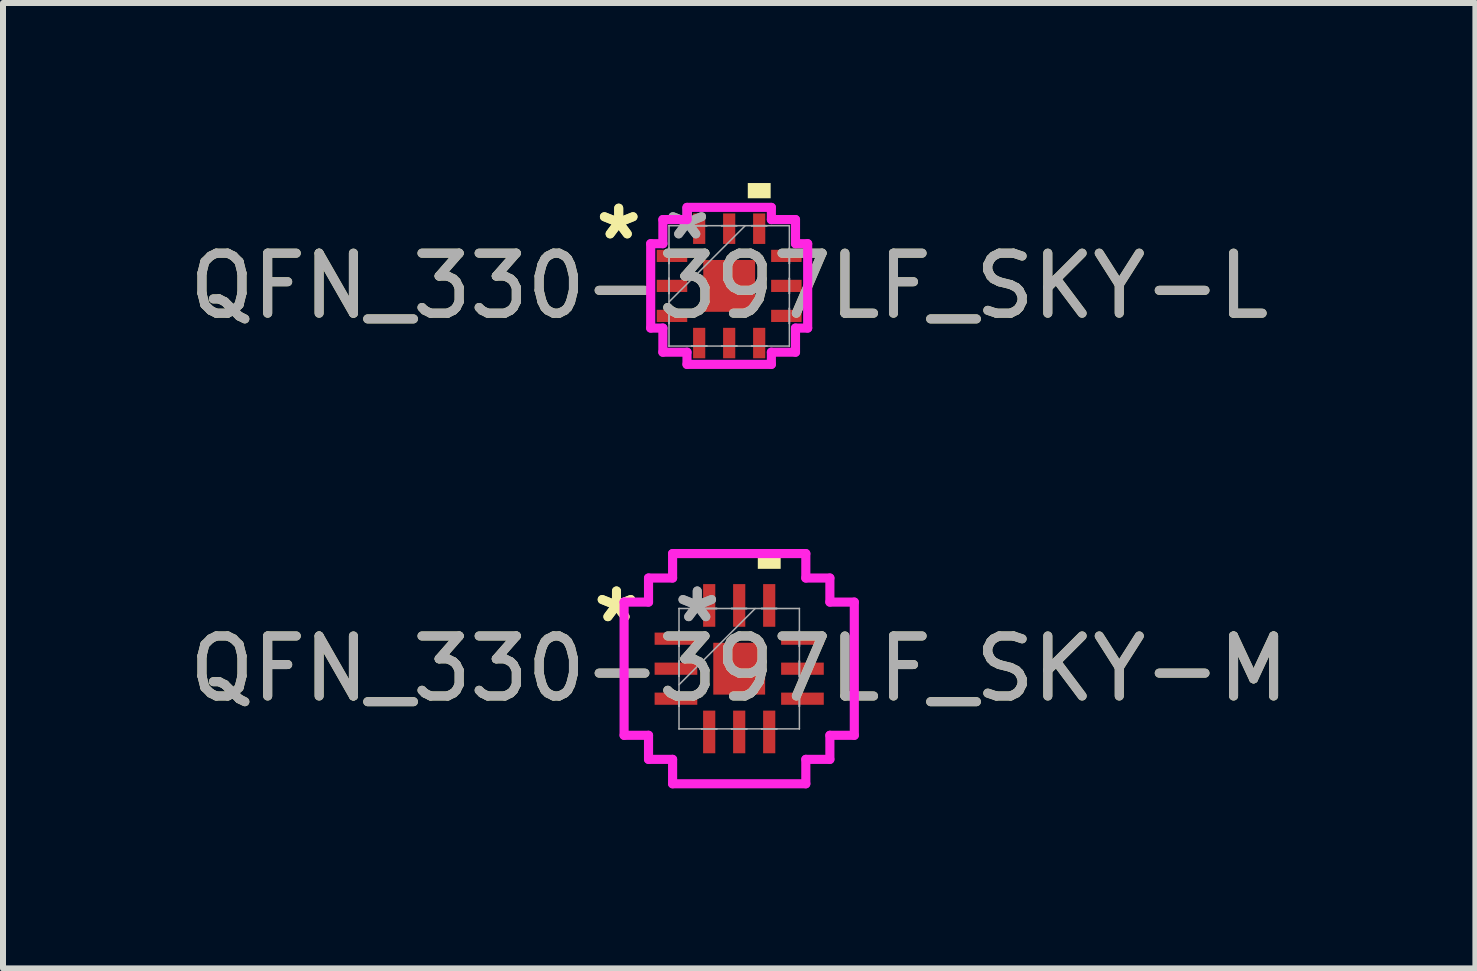
<source format=kicad_pcb>
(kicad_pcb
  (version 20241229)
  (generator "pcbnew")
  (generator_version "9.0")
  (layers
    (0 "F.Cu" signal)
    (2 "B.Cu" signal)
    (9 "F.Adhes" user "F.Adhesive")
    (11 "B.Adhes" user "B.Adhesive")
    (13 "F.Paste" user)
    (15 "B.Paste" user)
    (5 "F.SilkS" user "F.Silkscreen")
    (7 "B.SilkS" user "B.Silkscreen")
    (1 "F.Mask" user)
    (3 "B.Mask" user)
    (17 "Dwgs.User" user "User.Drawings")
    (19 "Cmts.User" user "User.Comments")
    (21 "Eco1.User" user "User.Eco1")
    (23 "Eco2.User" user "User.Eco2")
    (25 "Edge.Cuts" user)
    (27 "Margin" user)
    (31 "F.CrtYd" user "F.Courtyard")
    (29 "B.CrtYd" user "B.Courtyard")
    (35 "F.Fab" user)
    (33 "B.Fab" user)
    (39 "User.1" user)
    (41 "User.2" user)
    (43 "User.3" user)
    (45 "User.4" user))
  (footprint "QFN_330-397LF_SKY-L"
    (layer "F.Cu")
    (at 9.101 1.714)
    (property "Reference" "QFN_330-397LF_SKY-L" (at 0 0 0) (unlocked yes) (layer "F.SilkS") (effects (font (size 1 1) (thickness 0.15))))
    (attr smd)
    (fp_poly (pts (xy 0.31 -1.46) (xy 0.31 -1.714) (xy 0.691 -1.714) (xy 0.691 -1.46)) (stroke (width 0) (type solid)) (fill yes) (layer "F.SilkS"))
    (fp_line (start -1.308 -0.703) (end -1.105 -0.703) (stroke (width 0.152) (type solid)) (layer "F.CrtYd"))
    (fp_line (start -1.308 0.703) (end -1.308 -0.703) (stroke (width 0.152) (type solid)) (layer "F.CrtYd"))
    (fp_line (start -1.105 -1.105) (end -0.703 -1.105) (stroke (width 0.152) (type solid)) (layer "F.CrtYd"))
    (fp_line (start -1.105 -0.703) (end -1.105 -1.105) (stroke (width 0.152) (type solid)) (layer "F.CrtYd"))
    (fp_line (start -1.105 0.703) (end -1.308 0.703) (stroke (width 0.152) (type solid)) (layer "F.CrtYd"))
    (fp_line (start -1.105 1.105) (end -1.105 0.703) (stroke (width 0.152) (type solid)) (layer "F.CrtYd"))
    (fp_line (start -0.703 -1.308) (end 0.703 -1.308) (stroke (width 0.152) (type solid)) (layer "F.CrtYd"))
    (fp_line (start -0.703 -1.105) (end -0.703 -1.308) (stroke (width 0.152) (type solid)) (layer "F.CrtYd"))
    (fp_line (start -0.703 1.105) (end -1.105 1.105) (stroke (width 0.152) (type solid)) (layer "F.CrtYd"))
    (fp_line (start -0.703 1.308) (end -0.703 1.105) (stroke (width 0.152) (type solid)) (layer "F.CrtYd"))
    (fp_line (start 0.703 -1.308) (end 0.703 -1.105) (stroke (width 0.152) (type solid)) (layer "F.CrtYd"))
    (fp_line (start 0.703 -1.105) (end 1.105 -1.105) (stroke (width 0.152) (type solid)) (layer "F.CrtYd"))
    (fp_line (start 0.703 1.105) (end 0.703 1.308) (stroke (width 0.152) (type solid)) (layer "F.CrtYd"))
    (fp_line (start 0.703 1.308) (end -0.703 1.308) (stroke (width 0.152) (type solid)) (layer "F.CrtYd"))
    (fp_line (start 1.105 -1.105) (end 1.105 -0.703) (stroke (width 0.152) (type solid)) (layer "F.CrtYd"))
    (fp_line (start 1.105 -0.703) (end 1.308 -0.703) (stroke (width 0.152) (type solid)) (layer "F.CrtYd"))
    (fp_line (start 1.105 0.703) (end 1.105 1.105) (stroke (width 0.152) (type solid)) (layer "F.CrtYd"))
    (fp_line (start 1.105 1.105) (end 0.703 1.105) (stroke (width 0.152) (type solid)) (layer "F.CrtYd"))
    (fp_line (start 1.308 -0.703) (end 1.308 0.703) (stroke (width 0.152) (type solid)) (layer "F.CrtYd"))
    (fp_line (start 1.308 0.703) (end 1.105 0.703) (stroke (width 0.152) (type solid)) (layer "F.CrtYd"))
    (fp_line (start -1.003 -1.003) (end -1.003 -1.003) (stroke (width 0.025) (type solid)) (layer "F.Fab"))
    (fp_line (start -1.003 -1.003) (end -1.003 1.003) (stroke (width 0.025) (type solid)) (layer "F.Fab"))
    (fp_line (start -1.003 -0.627) (end -1.003 -0.627) (stroke (width 0.025) (type solid)) (layer "F.Fab"))
    (fp_line (start -1.003 -0.627) (end -1.003 -0.373) (stroke (width 0.025) (type solid)) (layer "F.Fab"))
    (fp_line (start -1.003 -0.373) (end -1.003 -0.627) (stroke (width 0.025) (type solid)) (layer "F.Fab"))
    (fp_line (start -1.003 -0.373) (end -1.003 -0.373) (stroke (width 0.025) (type solid)) (layer "F.Fab"))
    (fp_line (start -1.003 -0.127) (end -1.003 -0.127) (stroke (width 0.025) (type solid)) (layer "F.Fab"))
    (fp_line (start -1.003 -0.127) (end -1.003 0.127) (stroke (width 0.025) (type solid)) (layer "F.Fab"))
    (fp_line (start -1.003 0.127) (end -1.003 -0.127) (stroke (width 0.025) (type solid)) (layer "F.Fab"))
    (fp_line (start -1.003 0.127) (end -1.003 0.127) (stroke (width 0.025) (type solid)) (layer "F.Fab"))
    (fp_line (start -1.003 0.267) (end 0.267 -1.003) (stroke (width 0.025) (type solid)) (layer "F.Fab"))
    (fp_line (start -1.003 0.373) (end -1.003 0.373) (stroke (width 0.025) (type solid)) (layer "F.Fab"))
    (fp_line (start -1.003 0.373) (end -1.003 0.627) (stroke (width 0.025) (type solid)) (layer "F.Fab"))
    (fp_line (start -1.003 0.627) (end -1.003 0.373) (stroke (width 0.025) (type solid)) (layer "F.Fab"))
    (fp_line (start -1.003 0.627) (end -1.003 0.627) (stroke (width 0.025) (type solid)) (layer "F.Fab"))
    (fp_line (start -1.003 1.003) (end -1.003 1.003) (stroke (width 0.025) (type solid)) (layer "F.Fab"))
    (fp_line (start -1.003 1.003) (end 1.003 1.003) (stroke (width 0.025) (type solid)) (layer "F.Fab"))
    (fp_line (start -0.627 -1.003) (end -0.627 -1.003) (stroke (width 0.025) (type solid)) (layer "F.Fab"))
    (fp_line (start -0.627 -1.003) (end -0.373 -1.003) (stroke (width 0.025) (type solid)) (layer "F.Fab"))
    (fp_line (start -0.627 1.003) (end -0.627 1.003) (stroke (width 0.025) (type solid)) (layer "F.Fab"))
    (fp_line (start -0.627 1.003) (end -0.373 1.003) (stroke (width 0.025) (type solid)) (layer "F.Fab"))
    (fp_line (start -0.373 -1.003) (end -0.627 -1.003) (stroke (width 0.025) (type solid)) (layer "F.Fab"))
    (fp_line (start -0.373 -1.003) (end -0.373 -1.003) (stroke (width 0.025) (type solid)) (layer "F.Fab"))
    (fp_line (start -0.373 1.003) (end -0.627 1.003) (stroke (width 0.025) (type solid)) (layer "F.Fab"))
    (fp_line (start -0.373 1.003) (end -0.373 1.003) (stroke (width 0.025) (type solid)) (layer "F.Fab"))
    (fp_line (start -0.127 -1.003) (end -0.127 -1.003) (stroke (width 0.025) (type solid)) (layer "F.Fab"))
    (fp_line (start -0.127 -1.003) (end 0.127 -1.003) (stroke (width 0.025) (type solid)) (layer "F.Fab"))
    (fp_line (start -0.127 1.003) (end -0.127 1.003) (stroke (width 0.025) (type solid)) (layer "F.Fab"))
    (fp_line (start -0.127 1.003) (end 0.127 1.003) (stroke (width 0.025) (type solid)) (layer "F.Fab"))
    (fp_line (start 0.127 -1.003) (end -0.127 -1.003) (stroke (width 0.025) (type solid)) (layer "F.Fab"))
    (fp_line (start 0.127 -1.003) (end 0.127 -1.003) (stroke (width 0.025) (type solid)) (layer "F.Fab"))
    (fp_line (start 0.127 1.003) (end -0.127 1.003) (stroke (width 0.025) (type solid)) (layer "F.Fab"))
    (fp_line (start 0.127 1.003) (end 0.127 1.003) (stroke (width 0.025) (type solid)) (layer "F.Fab"))
    (fp_line (start 0.373 -1.003) (end 0.373 -1.003) (stroke (width 0.025) (type solid)) (layer "F.Fab"))
    (fp_line (start 0.373 -1.003) (end 0.627 -1.003) (stroke (width 0.025) (type solid)) (layer "F.Fab"))
    (fp_line (start 0.373 1.003) (end 0.373 1.003) (stroke (width 0.025) (type solid)) (layer "F.Fab"))
    (fp_line (start 0.373 1.003) (end 0.627 1.003) (stroke (width 0.025) (type solid)) (layer "F.Fab"))
    (fp_line (start 0.627 -1.003) (end 0.373 -1.003) (stroke (width 0.025) (type solid)) (layer "F.Fab"))
    (fp_line (start 0.627 -1.003) (end 0.627 -1.003) (stroke (width 0.025) (type solid)) (layer "F.Fab"))
    (fp_line (start 0.627 1.003) (end 0.373 1.003) (stroke (width 0.025) (type solid)) (layer "F.Fab"))
    (fp_line (start 0.627 1.003) (end 0.627 1.003) (stroke (width 0.025) (type solid)) (layer "F.Fab"))
    (fp_line (start 1.003 -1.003) (end -1.003 -1.003) (stroke (width 0.025) (type solid)) (layer "F.Fab"))
    (fp_line (start 1.003 -1.003) (end 1.003 -1.003) (stroke (width 0.025) (type solid)) (layer "F.Fab"))
    (fp_line (start 1.003 -0.627) (end 1.003 -0.627) (stroke (width 0.025) (type solid)) (layer "F.Fab"))
    (fp_line (start 1.003 -0.627) (end 1.003 -0.373) (stroke (width 0.025) (type solid)) (layer "F.Fab"))
    (fp_line (start 1.003 -0.373) (end 1.003 -0.627) (stroke (width 0.025) (type solid)) (layer "F.Fab"))
    (fp_line (start 1.003 -0.373) (end 1.003 -0.373) (stroke (width 0.025) (type solid)) (layer "F.Fab"))
    (fp_line (start 1.003 -0.127) (end 1.003 -0.127) (stroke (width 0.025) (type solid)) (layer "F.Fab"))
    (fp_line (start 1.003 -0.127) (end 1.003 0.127) (stroke (width 0.025) (type solid)) (layer "F.Fab"))
    (fp_line (start 1.003 0.127) (end 1.003 -0.127) (stroke (width 0.025) (type solid)) (layer "F.Fab"))
    (fp_line (start 1.003 0.127) (end 1.003 0.127) (stroke (width 0.025) (type solid)) (layer "F.Fab"))
    (fp_line (start 1.003 0.373) (end 1.003 0.373) (stroke (width 0.025) (type solid)) (layer "F.Fab"))
    (fp_line (start 1.003 0.373) (end 1.003 0.627) (stroke (width 0.025) (type solid)) (layer "F.Fab"))
    (fp_line (start 1.003 0.627) (end 1.003 0.373) (stroke (width 0.025) (type solid)) (layer "F.Fab"))
    (fp_line (start 1.003 0.627) (end 1.003 0.627) (stroke (width 0.025) (type solid)) (layer "F.Fab"))
    (fp_line (start 1.003 1.003) (end 1.003 -1.003) (stroke (width 0.025) (type solid)) (layer "F.Fab"))
    (fp_line (start 1.003 1.003) (end 1.003 1.003) (stroke (width 0.025) (type solid)) (layer "F.Fab"))
    (fp_text user "*" (at -1.841 -0.75 0) (unlocked yes) (layer "F.SilkS") (effects (font (size 1 1) (thickness 0.15))))
    (fp_text user "*" (at -1.841 -0.75 0) (layer "F.SilkS") (effects (font (size 1 1) (thickness 0.15))))
    (fp_text user "*" (at -0.699 -0.75 0) (unlocked yes) (layer "F.Fab") (effects (font (size 1 1) (thickness 0.15))))
    (fp_text user "${REFERENCE}" (at 0 0 0) (unlocked yes) (layer "F.Fab") (effects (font (size 1 1) (thickness 0.15))))
    (fp_text user "*" (at -0.699 -0.75 0) (layer "F.Fab") (effects (font (size 1 1) (thickness 0.15))))
    (pad "1" smd rect (at -0.953 -0.5 90) (size 0.203 0.508) (layers "F.Cu" "F.Mask" "F.Paste"))
    (pad "2" smd rect (at -0.953 0 90) (size 0.203 0.508) (layers "F.Cu" "F.Mask" "F.Paste"))
    (pad "3" smd rect (at -0.953 0.5 90) (size 0.203 0.508) (layers "F.Cu" "F.Mask" "F.Paste"))
    (pad "4" smd rect (at -0.5 0.953) (size 0.203 0.508) (layers "F.Cu" "F.Mask" "F.Paste"))
    (pad "5" smd rect (at 0 0.953) (size 0.203 0.508) (layers "F.Cu" "F.Mask" "F.Paste"))
    (pad "6" smd rect (at 0.5 0.953) (size 0.203 0.508) (layers "F.Cu" "F.Mask" "F.Paste"))
    (pad "7" smd rect (at 0.953 0.5 90) (size 0.203 0.508) (layers "F.Cu" "F.Mask" "F.Paste"))
    (pad "8" smd rect (at 0.953 0 90) (size 0.203 0.508) (layers "F.Cu" "F.Mask" "F.Paste"))
    (pad "9" smd rect (at 0.953 -0.5 90) (size 0.203 0.508) (layers "F.Cu" "F.Mask" "F.Paste"))
    (pad "10" smd rect (at 0.5 -0.953) (size 0.203 0.508) (layers "F.Cu" "F.Mask" "F.Paste"))
    (pad "11" smd rect (at 0 -0.953) (size 0.203 0.508) (layers "F.Cu" "F.Mask" "F.Paste"))
    (pad "12" smd rect (at -0.5 -0.953) (size 0.203 0.508) (layers "F.Cu" "F.Mask" "F.Paste"))
    (pad "13" smd rect (at 0 0) (size 0.864 0.864) (layers "F.Cu" "F.Mask" "F.Paste")))
  (footprint "QFN_330-397LF_SKY-M"
    (layer "F.Cu")
    (at 9.268 8.093)
    (property "Reference" "QFN_330-397LF_SKY-M" (at 0 0 0) (unlocked yes) (layer "F.SilkS") (effects (font (size 1 1) (thickness 0.15))))
    (attr smd)
    (fp_poly (pts (xy 0.31 -1.664) (xy 0.31 -1.918) (xy 0.691 -1.918) (xy 0.691 -1.664)) (stroke (width 0) (type solid)) (fill yes) (layer "F.SilkS"))
    (fp_line (start -1.918 -1.11) (end -1.511 -1.11) (stroke (width 0.152) (type solid)) (layer "F.CrtYd"))
    (fp_line (start -1.918 1.11) (end -1.918 -1.11) (stroke (width 0.152) (type solid)) (layer "F.CrtYd"))
    (fp_line (start -1.511 -1.511) (end -1.11 -1.511) (stroke (width 0.152) (type solid)) (layer "F.CrtYd"))
    (fp_line (start -1.511 -1.11) (end -1.511 -1.511) (stroke (width 0.152) (type solid)) (layer "F.CrtYd"))
    (fp_line (start -1.511 1.11) (end -1.918 1.11) (stroke (width 0.152) (type solid)) (layer "F.CrtYd"))
    (fp_line (start -1.511 1.511) (end -1.511 1.11) (stroke (width 0.152) (type solid)) (layer "F.CrtYd"))
    (fp_line (start -1.11 -1.918) (end 1.11 -1.918) (stroke (width 0.152) (type solid)) (layer "F.CrtYd"))
    (fp_line (start -1.11 -1.511) (end -1.11 -1.918) (stroke (width 0.152) (type solid)) (layer "F.CrtYd"))
    (fp_line (start -1.11 1.511) (end -1.511 1.511) (stroke (width 0.152) (type solid)) (layer "F.CrtYd"))
    (fp_line (start -1.11 1.918) (end -1.11 1.511) (stroke (width 0.152) (type solid)) (layer "F.CrtYd"))
    (fp_line (start 1.11 -1.918) (end 1.11 -1.511) (stroke (width 0.152) (type solid)) (layer "F.CrtYd"))
    (fp_line (start 1.11 -1.511) (end 1.511 -1.511) (stroke (width 0.152) (type solid)) (layer "F.CrtYd"))
    (fp_line (start 1.11 1.511) (end 1.11 1.918) (stroke (width 0.152) (type solid)) (layer "F.CrtYd"))
    (fp_line (start 1.11 1.918) (end -1.11 1.918) (stroke (width 0.152) (type solid)) (layer "F.CrtYd"))
    (fp_line (start 1.511 -1.511) (end 1.511 -1.11) (stroke (width 0.152) (type solid)) (layer "F.CrtYd"))
    (fp_line (start 1.511 -1.11) (end 1.918 -1.11) (stroke (width 0.152) (type solid)) (layer "F.CrtYd"))
    (fp_line (start 1.511 1.11) (end 1.511 1.511) (stroke (width 0.152) (type solid)) (layer "F.CrtYd"))
    (fp_line (start 1.511 1.511) (end 1.11 1.511) (stroke (width 0.152) (type solid)) (layer "F.CrtYd"))
    (fp_line (start 1.918 -1.11) (end 1.918 1.11) (stroke (width 0.152) (type solid)) (layer "F.CrtYd"))
    (fp_line (start 1.918 1.11) (end 1.511 1.11) (stroke (width 0.152) (type solid)) (layer "F.CrtYd"))
    (fp_line (start -1.003 -1.003) (end -1.003 -1.003) (stroke (width 0.025) (type solid)) (layer "F.Fab"))
    (fp_line (start -1.003 -1.003) (end -1.003 1.003) (stroke (width 0.025) (type solid)) (layer "F.Fab"))
    (fp_line (start -1.003 -0.627) (end -1.003 -0.627) (stroke (width 0.025) (type solid)) (layer "F.Fab"))
    (fp_line (start -1.003 -0.627) (end -1.003 -0.373) (stroke (width 0.025) (type solid)) (layer "F.Fab"))
    (fp_line (start -1.003 -0.373) (end -1.003 -0.627) (stroke (width 0.025) (type solid)) (layer "F.Fab"))
    (fp_line (start -1.003 -0.373) (end -1.003 -0.373) (stroke (width 0.025) (type solid)) (layer "F.Fab"))
    (fp_line (start -1.003 -0.127) (end -1.003 -0.127) (stroke (width 0.025) (type solid)) (layer "F.Fab"))
    (fp_line (start -1.003 -0.127) (end -1.003 0.127) (stroke (width 0.025) (type solid)) (layer "F.Fab"))
    (fp_line (start -1.003 0.127) (end -1.003 -0.127) (stroke (width 0.025) (type solid)) (layer "F.Fab"))
    (fp_line (start -1.003 0.127) (end -1.003 0.127) (stroke (width 0.025) (type solid)) (layer "F.Fab"))
    (fp_line (start -1.003 0.267) (end 0.267 -1.003) (stroke (width 0.025) (type solid)) (layer "F.Fab"))
    (fp_line (start -1.003 0.373) (end -1.003 0.373) (stroke (width 0.025) (type solid)) (layer "F.Fab"))
    (fp_line (start -1.003 0.373) (end -1.003 0.627) (stroke (width 0.025) (type solid)) (layer "F.Fab"))
    (fp_line (start -1.003 0.627) (end -1.003 0.373) (stroke (width 0.025) (type solid)) (layer "F.Fab"))
    (fp_line (start -1.003 0.627) (end -1.003 0.627) (stroke (width 0.025) (type solid)) (layer "F.Fab"))
    (fp_line (start -1.003 1.003) (end -1.003 1.003) (stroke (width 0.025) (type solid)) (layer "F.Fab"))
    (fp_line (start -1.003 1.003) (end 1.003 1.003) (stroke (width 0.025) (type solid)) (layer "F.Fab"))
    (fp_line (start -0.627 -1.003) (end -0.627 -1.003) (stroke (width 0.025) (type solid)) (layer "F.Fab"))
    (fp_line (start -0.627 -1.003) (end -0.373 -1.003) (stroke (width 0.025) (type solid)) (layer "F.Fab"))
    (fp_line (start -0.627 1.003) (end -0.627 1.003) (stroke (width 0.025) (type solid)) (layer "F.Fab"))
    (fp_line (start -0.627 1.003) (end -0.373 1.003) (stroke (width 0.025) (type solid)) (layer "F.Fab"))
    (fp_line (start -0.373 -1.003) (end -0.627 -1.003) (stroke (width 0.025) (type solid)) (layer "F.Fab"))
    (fp_line (start -0.373 -1.003) (end -0.373 -1.003) (stroke (width 0.025) (type solid)) (layer "F.Fab"))
    (fp_line (start -0.373 1.003) (end -0.627 1.003) (stroke (width 0.025) (type solid)) (layer "F.Fab"))
    (fp_line (start -0.373 1.003) (end -0.373 1.003) (stroke (width 0.025) (type solid)) (layer "F.Fab"))
    (fp_line (start -0.127 -1.003) (end -0.127 -1.003) (stroke (width 0.025) (type solid)) (layer "F.Fab"))
    (fp_line (start -0.127 -1.003) (end 0.127 -1.003) (stroke (width 0.025) (type solid)) (layer "F.Fab"))
    (fp_line (start -0.127 1.003) (end -0.127 1.003) (stroke (width 0.025) (type solid)) (layer "F.Fab"))
    (fp_line (start -0.127 1.003) (end 0.127 1.003) (stroke (width 0.025) (type solid)) (layer "F.Fab"))
    (fp_line (start 0.127 -1.003) (end -0.127 -1.003) (stroke (width 0.025) (type solid)) (layer "F.Fab"))
    (fp_line (start 0.127 -1.003) (end 0.127 -1.003) (stroke (width 0.025) (type solid)) (layer "F.Fab"))
    (fp_line (start 0.127 1.003) (end -0.127 1.003) (stroke (width 0.025) (type solid)) (layer "F.Fab"))
    (fp_line (start 0.127 1.003) (end 0.127 1.003) (stroke (width 0.025) (type solid)) (layer "F.Fab"))
    (fp_line (start 0.373 -1.003) (end 0.373 -1.003) (stroke (width 0.025) (type solid)) (layer "F.Fab"))
    (fp_line (start 0.373 -1.003) (end 0.627 -1.003) (stroke (width 0.025) (type solid)) (layer "F.Fab"))
    (fp_line (start 0.373 1.003) (end 0.373 1.003) (stroke (width 0.025) (type solid)) (layer "F.Fab"))
    (fp_line (start 0.373 1.003) (end 0.627 1.003) (stroke (width 0.025) (type solid)) (layer "F.Fab"))
    (fp_line (start 0.627 -1.003) (end 0.373 -1.003) (stroke (width 0.025) (type solid)) (layer "F.Fab"))
    (fp_line (start 0.627 -1.003) (end 0.627 -1.003) (stroke (width 0.025) (type solid)) (layer "F.Fab"))
    (fp_line (start 0.627 1.003) (end 0.373 1.003) (stroke (width 0.025) (type solid)) (layer "F.Fab"))
    (fp_line (start 0.627 1.003) (end 0.627 1.003) (stroke (width 0.025) (type solid)) (layer "F.Fab"))
    (fp_line (start 1.003 -1.003) (end -1.003 -1.003) (stroke (width 0.025) (type solid)) (layer "F.Fab"))
    (fp_line (start 1.003 -1.003) (end 1.003 -1.003) (stroke (width 0.025) (type solid)) (layer "F.Fab"))
    (fp_line (start 1.003 -0.627) (end 1.003 -0.627) (stroke (width 0.025) (type solid)) (layer "F.Fab"))
    (fp_line (start 1.003 -0.627) (end 1.003 -0.373) (stroke (width 0.025) (type solid)) (layer "F.Fab"))
    (fp_line (start 1.003 -0.373) (end 1.003 -0.627) (stroke (width 0.025) (type solid)) (layer "F.Fab"))
    (fp_line (start 1.003 -0.373) (end 1.003 -0.373) (stroke (width 0.025) (type solid)) (layer "F.Fab"))
    (fp_line (start 1.003 -0.127) (end 1.003 -0.127) (stroke (width 0.025) (type solid)) (layer "F.Fab"))
    (fp_line (start 1.003 -0.127) (end 1.003 0.127) (stroke (width 0.025) (type solid)) (layer "F.Fab"))
    (fp_line (start 1.003 0.127) (end 1.003 -0.127) (stroke (width 0.025) (type solid)) (layer "F.Fab"))
    (fp_line (start 1.003 0.127) (end 1.003 0.127) (stroke (width 0.025) (type solid)) (layer "F.Fab"))
    (fp_line (start 1.003 0.373) (end 1.003 0.373) (stroke (width 0.025) (type solid)) (layer "F.Fab"))
    (fp_line (start 1.003 0.373) (end 1.003 0.627) (stroke (width 0.025) (type solid)) (layer "F.Fab"))
    (fp_line (start 1.003 0.627) (end 1.003 0.373) (stroke (width 0.025) (type solid)) (layer "F.Fab"))
    (fp_line (start 1.003 0.627) (end 1.003 0.627) (stroke (width 0.025) (type solid)) (layer "F.Fab"))
    (fp_line (start 1.003 1.003) (end 1.003 -1.003) (stroke (width 0.025) (type solid)) (layer "F.Fab"))
    (fp_line (start 1.003 1.003) (end 1.003 1.003) (stroke (width 0.025) (type solid)) (layer "F.Fab"))
    (fp_text user "*" (at -2.045 -0.75 0) (unlocked yes) (layer "F.SilkS") (effects (font (size 1 1) (thickness 0.15))))
    (fp_text user "*" (at -2.045 -0.75 0) (layer "F.SilkS") (effects (font (size 1 1) (thickness 0.15))))
    (fp_text user "*" (at -0.699 -0.75 0) (unlocked yes) (layer "F.Fab") (effects (font (size 1 1) (thickness 0.15))))
    (fp_text user "*" (at -0.699 -0.75 0) (layer "F.Fab") (effects (font (size 1 1) (thickness 0.15))))
    (fp_text user "${REFERENCE}" (at 0 0 0) (unlocked yes) (layer "F.Fab") (effects (font (size 1 1) (thickness 0.15))))
    (pad "1" smd rect (at -1.054 -0.5 90) (size 0.203 0.711) (layers "F.Cu" "F.Mask" "F.Paste"))
    (pad "2" smd rect (at -1.054 0 90) (size 0.203 0.711) (layers "F.Cu" "F.Mask" "F.Paste"))
    (pad "3" smd rect (at -1.054 0.5 90) (size 0.203 0.711) (layers "F.Cu" "F.Mask" "F.Paste"))
    (pad "4" smd rect (at -0.5 1.054) (size 0.203 0.711) (layers "F.Cu" "F.Mask" "F.Paste"))
    (pad "5" smd rect (at 0 1.054) (size 0.203 0.711) (layers "F.Cu" "F.Mask" "F.Paste"))
    (pad "6" smd rect (at 0.5 1.054) (size 0.203 0.711) (layers "F.Cu" "F.Mask" "F.Paste"))
    (pad "7" smd rect (at 1.054 0.5 90) (size 0.203 0.711) (layers "F.Cu" "F.Mask" "F.Paste"))
    (pad "8" smd rect (at 1.054 0 90) (size 0.203 0.711) (layers "F.Cu" "F.Mask" "F.Paste"))
    (pad "9" smd rect (at 1.054 -0.5 90) (size 0.203 0.711) (layers "F.Cu" "F.Mask" "F.Paste"))
    (pad "10" smd rect (at 0.5 -1.054) (size 0.203 0.711) (layers "F.Cu" "F.Mask" "F.Paste"))
    (pad "11" smd rect (at 0 -1.054) (size 0.203 0.711) (layers "F.Cu" "F.Mask" "F.Paste"))
    (pad "12" smd rect (at -0.5 -1.054) (size 0.203 0.711) (layers "F.Cu" "F.Mask" "F.Paste"))
    (pad "13" smd rect (at 0 0) (size 0.864 0.864) (layers "F.Cu" "F.Mask" "F.Paste")))
  (gr_rect
    (start -3 -3)
    (end 21.536 13.087)
    (stroke (width 0.1) (type default))
    (fill no)
    (layer "Edge.Cuts")))
</source>
